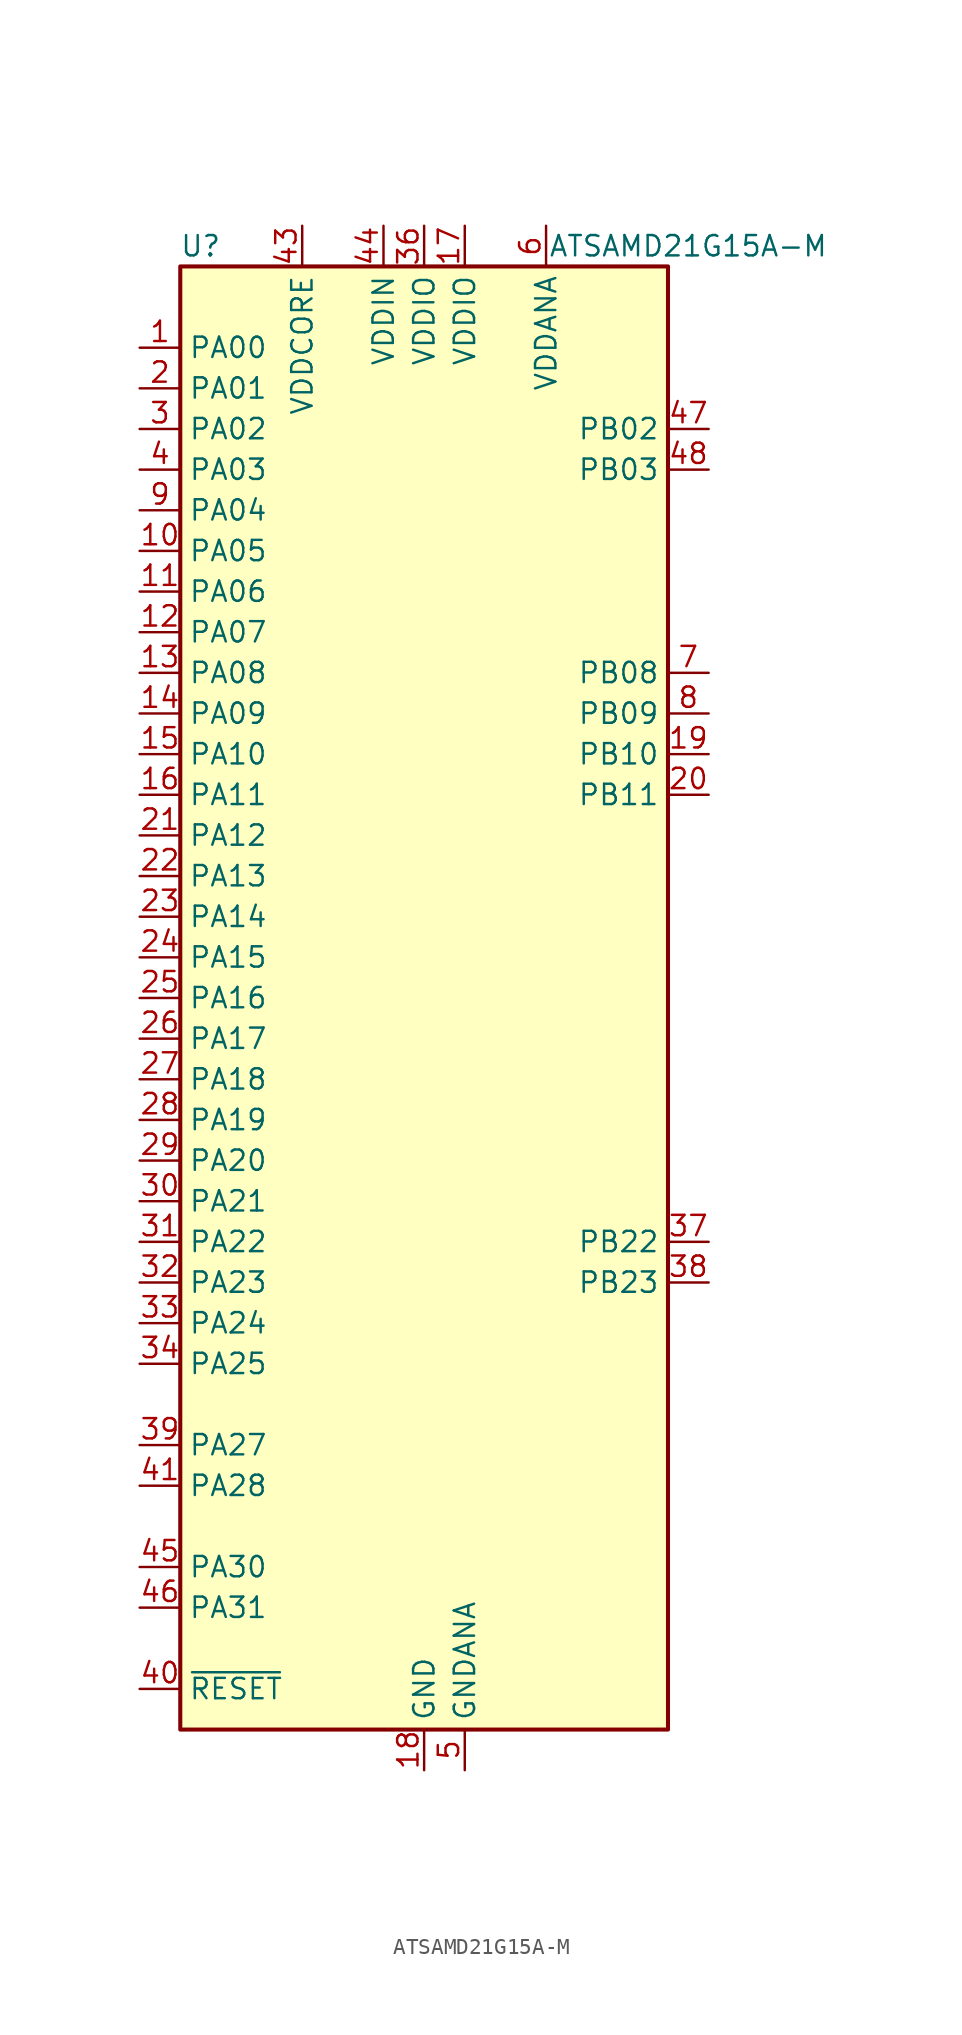
<source format=kicad_sym>
(kicad_symbol_lib
  (version 20220914)
  (generator kicad_symbol_editor)
  (symbol "ATSAMD21G15A-M"
    (property "Reference" "U"
      (at -13.97 46.99 0)
      (effects (font (size 1.27 1.27))))
    (property "Value" "ATSAMD21G15A-M"
      (at 16.51 46.99 0)
      (effects (font (size 1.27 1.27))))
    (symbol "ATSAMD21G15A-M_0_1"
      (rectangle (start -15.24 45.72) (end 15.24 -45.72) (stroke (width 0.254) (type solid)) (fill (type background))))
    (symbol "ATSAMD21G15A-M_1_1"
      (pin bidirectional line (at -17.78 40.64 0) (length 2.54) (name "PA00" (effects (font (size 1.27 1.27)))) (number "1" (effects (font (size 1.27 1.27)))))
      (pin bidirectional line (at -17.78 27.94 0) (length 2.54) (name "PA05" (effects (font (size 1.27 1.27)))) (number "10" (effects (font (size 1.27 1.27)))))
      (pin bidirectional line (at -17.78 25.4 0) (length 2.54) (name "PA06" (effects (font (size 1.27 1.27)))) (number "11" (effects (font (size 1.27 1.27)))))
      (pin bidirectional line (at -17.78 22.86 0) (length 2.54) (name "PA07" (effects (font (size 1.27 1.27)))) (number "12" (effects (font (size 1.27 1.27)))))
      (pin bidirectional line (at -17.78 20.32 0) (length 2.54) (name "PA08" (effects (font (size 1.27 1.27)))) (number "13" (effects (font (size 1.27 1.27)))))
      (pin bidirectional line (at -17.78 17.78 0) (length 2.54) (name "PA09" (effects (font (size 1.27 1.27)))) (number "14" (effects (font (size 1.27 1.27)))))
      (pin bidirectional line (at -17.78 15.24 0) (length 2.54) (name "PA10" (effects (font (size 1.27 1.27)))) (number "15" (effects (font (size 1.27 1.27)))))
      (pin bidirectional line (at -17.78 12.7 0) (length 2.54) (name "PA11" (effects (font (size 1.27 1.27)))) (number "16" (effects (font (size 1.27 1.27)))))
      (pin power_in line (at 2.54 48.26 270) (length 2.54) (name "VDDIO" (effects (font (size 1.27 1.27)))) (number "17" (effects (font (size 1.27 1.27)))))
      (pin power_in line (at 0 -48.26 90) (length 2.54) (name "GND" (effects (font (size 1.27 1.27)))) (number "18" (effects (font (size 1.27 1.27)))))
      (pin bidirectional line (at 17.78 15.24 180) (length 2.54) (name "PB10" (effects (font (size 1.27 1.27)))) (number "19" (effects (font (size 1.27 1.27)))))
      (pin bidirectional line (at -17.78 38.1 0) (length 2.54) (name "PA01" (effects (font (size 1.27 1.27)))) (number "2" (effects (font (size 1.27 1.27)))))
      (pin bidirectional line (at 17.78 12.7 180) (length 2.54) (name "PB11" (effects (font (size 1.27 1.27)))) (number "20" (effects (font (size 1.27 1.27)))))
      (pin bidirectional line (at -17.78 10.16 0) (length 2.54) (name "PA12" (effects (font (size 1.27 1.27)))) (number "21" (effects (font (size 1.27 1.27)))))
      (pin bidirectional line (at -17.78 7.62 0) (length 2.54) (name "PA13" (effects (font (size 1.27 1.27)))) (number "22" (effects (font (size 1.27 1.27)))))
      (pin bidirectional line (at -17.78 5.08 0) (length 2.54) (name "PA14" (effects (font (size 1.27 1.27)))) (number "23" (effects (font (size 1.27 1.27)))))
      (pin bidirectional line (at -17.78 2.54 0) (length 2.54) (name "PA15" (effects (font (size 1.27 1.27)))) (number "24" (effects (font (size 1.27 1.27)))))
      (pin bidirectional line (at -17.78 0 0) (length 2.54) (name "PA16" (effects (font (size 1.27 1.27)))) (number "25" (effects (font (size 1.27 1.27)))))
      (pin bidirectional line (at -17.78 -2.54 0) (length 2.54) (name "PA17" (effects (font (size 1.27 1.27)))) (number "26" (effects (font (size 1.27 1.27)))))
      (pin bidirectional line (at -17.78 -5.08 0) (length 2.54) (name "PA18" (effects (font (size 1.27 1.27)))) (number "27" (effects (font (size 1.27 1.27)))))
      (pin bidirectional line (at -17.78 -7.62 0) (length 2.54) (name "PA19" (effects (font (size 1.27 1.27)))) (number "28" (effects (font (size 1.27 1.27)))))
      (pin bidirectional line (at -17.78 -10.16 0) (length 2.54) (name "PA20" (effects (font (size 1.27 1.27)))) (number "29" (effects (font (size 1.27 1.27)))))
      (pin bidirectional line (at -17.78 35.56 0) (length 2.54) (name "PA02" (effects (font (size 1.27 1.27)))) (number "3" (effects (font (size 1.27 1.27)))))
      (pin bidirectional line (at -17.78 -12.7 0) (length 2.54) (name "PA21" (effects (font (size 1.27 1.27)))) (number "30" (effects (font (size 1.27 1.27)))))
      (pin bidirectional line (at -17.78 -15.24 0) (length 2.54) (name "PA22" (effects (font (size 1.27 1.27)))) (number "31" (effects (font (size 1.27 1.27)))))
      (pin bidirectional line (at -17.78 -17.78 0) (length 2.54) (name "PA23" (effects (font (size 1.27 1.27)))) (number "32" (effects (font (size 1.27 1.27)))))
      (pin bidirectional line (at -17.78 -20.32 0) (length 2.54) (name "PA24" (effects (font (size 1.27 1.27)))) (number "33" (effects (font (size 1.27 1.27)))))
      (pin bidirectional line (at -17.78 -22.86 0) (length 2.54) (name "PA25" (effects (font (size 1.27 1.27)))) (number "34" (effects (font (size 1.27 1.27)))))
      (pin passive line (at 0 -48.26 90) (length 2.54) hide (name "GND" (effects (font (size 1.27 1.27)))) (number "35" (effects (font (size 1.27 1.27)))))
      (pin power_in line (at 0 48.26 270) (length 2.54) (name "VDDIO" (effects (font (size 1.27 1.27)))) (number "36" (effects (font (size 1.27 1.27)))))
      (pin bidirectional line (at 17.78 -15.24 180) (length 2.54) (name "PB22" (effects (font (size 1.27 1.27)))) (number "37" (effects (font (size 1.27 1.27)))))
      (pin bidirectional line (at 17.78 -17.78 180) (length 2.54) (name "PB23" (effects (font (size 1.27 1.27)))) (number "38" (effects (font (size 1.27 1.27)))))
      (pin bidirectional line (at -17.78 -27.94 0) (length 2.54) (name "PA27" (effects (font (size 1.27 1.27)))) (number "39" (effects (font (size 1.27 1.27)))))
      (pin bidirectional line (at -17.78 33.02 0) (length 2.54) (name "PA03" (effects (font (size 1.27 1.27)))) (number "4" (effects (font (size 1.27 1.27)))))
      (pin input line (at -17.78 -43.18 0) (length 2.54) (name "~{RESET}" (effects (font (size 1.27 1.27)))) (number "40" (effects (font (size 1.27 1.27)))))
      (pin bidirectional line (at -17.78 -30.48 0) (length 2.54) (name "PA28" (effects (font (size 1.27 1.27)))) (number "41" (effects (font (size 1.27 1.27)))))
      (pin passive line (at 0 -48.26 90) (length 2.54) hide (name "GND" (effects (font (size 1.27 1.27)))) (number "42" (effects (font (size 1.27 1.27)))))
      (pin power_out line (at -7.62 48.26 270) (length 2.54) (name "VDDCORE" (effects (font (size 1.27 1.27)))) (number "43" (effects (font (size 1.27 1.27)))))
      (pin power_in line (at -2.54 48.26 270) (length 2.54) (name "VDDIN" (effects (font (size 1.27 1.27)))) (number "44" (effects (font (size 1.27 1.27)))))
      (pin bidirectional line (at -17.78 -35.56 0) (length 2.54) (name "PA30" (effects (font (size 1.27 1.27)))) (number "45" (effects (font (size 1.27 1.27)))))
      (pin bidirectional line (at -17.78 -38.1 0) (length 2.54) (name "PA31" (effects (font (size 1.27 1.27)))) (number "46" (effects (font (size 1.27 1.27)))))
      (pin bidirectional line (at 17.78 35.56 180) (length 2.54) (name "PB02" (effects (font (size 1.27 1.27)))) (number "47" (effects (font (size 1.27 1.27)))))
      (pin bidirectional line (at 17.78 33.02 180) (length 2.54) (name "PB03" (effects (font (size 1.27 1.27)))) (number "48" (effects (font (size 1.27 1.27)))))
      (pin no_connect line (at 15.24 -43.18 180) (length 2.54) hide (name "EP" (effects (font (size 1.27 1.27)))) (number "49" (effects (font (size 1.27 1.27)))))
      (pin power_in line (at 2.54 -48.26 90) (length 2.54) (name "GNDANA" (effects (font (size 1.27 1.27)))) (number "5" (effects (font (size 1.27 1.27)))))
      (pin power_in line (at 7.62 48.26 270) (length 2.54) (name "VDDANA" (effects (font (size 1.27 1.27)))) (number "6" (effects (font (size 1.27 1.27)))))
      (pin bidirectional line (at 17.78 20.32 180) (length 2.54) (name "PB08" (effects (font (size 1.27 1.27)))) (number "7" (effects (font (size 1.27 1.27)))))
      (pin bidirectional line (at 17.78 17.78 180) (length 2.54) (name "PB09" (effects (font (size 1.27 1.27)))) (number "8" (effects (font (size 1.27 1.27)))))
      (pin bidirectional line (at -17.78 30.48 0) (length 2.54) (name "PA04" (effects (font (size 1.27 1.27)))) (number "9" (effects (font (size 1.27 1.27))))))))
</source>
